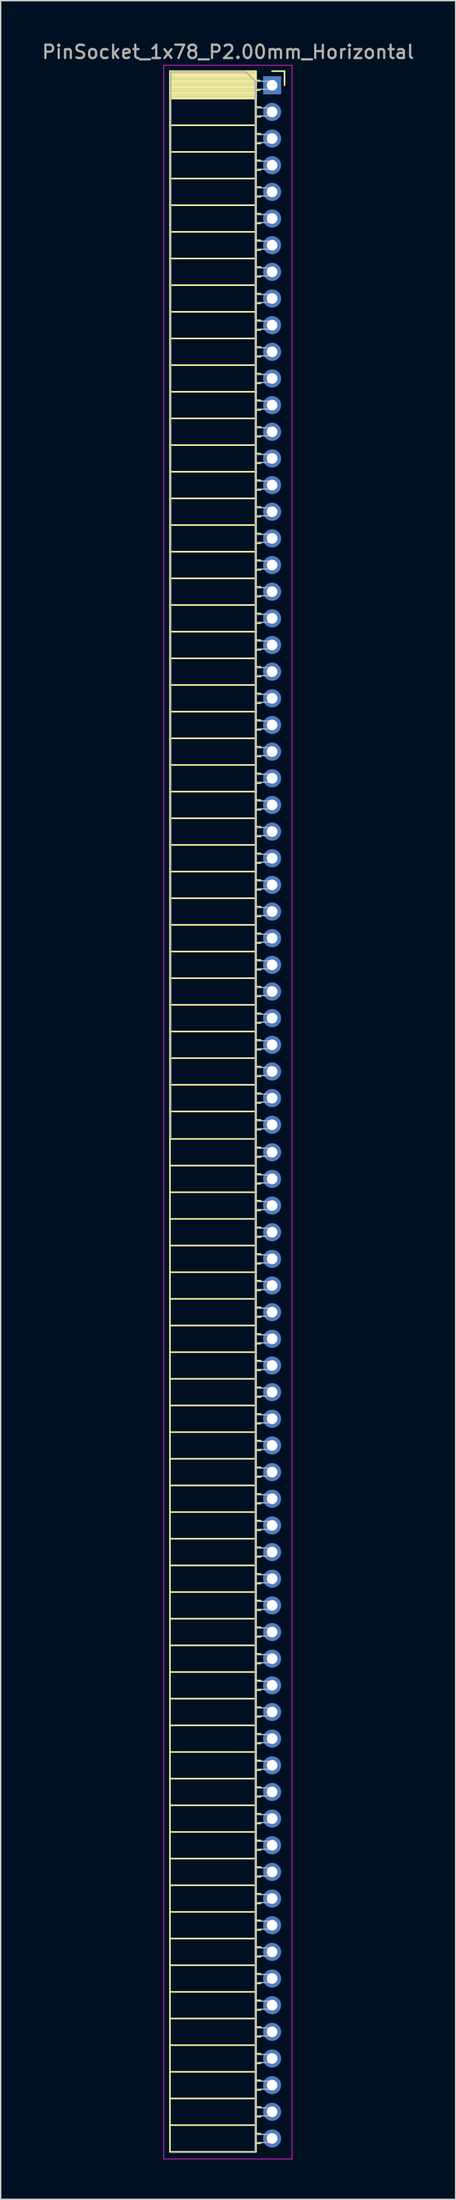
<source format=kicad_pcb>
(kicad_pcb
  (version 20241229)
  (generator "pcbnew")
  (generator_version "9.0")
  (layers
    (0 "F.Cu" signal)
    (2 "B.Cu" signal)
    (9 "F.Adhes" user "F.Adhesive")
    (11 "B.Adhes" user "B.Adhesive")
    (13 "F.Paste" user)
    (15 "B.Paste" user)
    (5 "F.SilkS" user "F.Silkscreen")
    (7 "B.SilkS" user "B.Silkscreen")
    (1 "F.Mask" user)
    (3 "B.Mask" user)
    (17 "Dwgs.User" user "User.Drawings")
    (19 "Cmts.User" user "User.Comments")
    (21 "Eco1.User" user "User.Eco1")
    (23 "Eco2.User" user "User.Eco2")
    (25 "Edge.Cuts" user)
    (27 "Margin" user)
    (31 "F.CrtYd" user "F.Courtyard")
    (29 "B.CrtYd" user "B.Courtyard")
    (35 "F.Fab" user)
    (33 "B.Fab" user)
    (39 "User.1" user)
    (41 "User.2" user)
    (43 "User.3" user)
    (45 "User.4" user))
  (footprint "PinSocket_1x78_P2.00mm_Horizontal"
    (layer "F.Cu")
    (at 17.411 3.348)
    (property "Reference" "PinSocket_1x78_P2.00mm_Horizontal" (at -3.31 -2.5 0) (layer "F.SilkS") (effects (font (size 1 1) (thickness 0.15))))
    (attr through_hole)
    (fp_line (start -7.68 -1.06) (end -7.68 155.06) (stroke (width 0.12) (type solid)) (layer "F.SilkS"))
    (fp_line (start -7.68 -1.06) (end -1.21 -1.06) (stroke (width 0.12) (type solid)) (layer "F.SilkS"))
    (fp_line (start -7.68 -0.94) (end -1.21 -0.94) (stroke (width 0.12) (type solid)) (layer "F.SilkS"))
    (fp_line (start -7.68 -0.826) (end -1.21 -0.826) (stroke (width 0.12) (type solid)) (layer "F.SilkS"))
    (fp_line (start -7.68 -0.712) (end -1.21 -0.712) (stroke (width 0.12) (type solid)) (layer "F.SilkS"))
    (fp_line (start -7.68 -0.598) (end -1.21 -0.598) (stroke (width 0.12) (type solid)) (layer "F.SilkS"))
    (fp_line (start -7.68 -0.484) (end -1.21 -0.484) (stroke (width 0.12) (type solid)) (layer "F.SilkS"))
    (fp_line (start -7.68 -0.369) (end -1.21 -0.369) (stroke (width 0.12) (type solid)) (layer "F.SilkS"))
    (fp_line (start -7.68 -0.255) (end -1.21 -0.255) (stroke (width 0.12) (type solid)) (layer "F.SilkS"))
    (fp_line (start -7.68 -0.141) (end -1.21 -0.141) (stroke (width 0.12) (type solid)) (layer "F.SilkS"))
    (fp_line (start -7.68 -0.027) (end -1.21 -0.027) (stroke (width 0.12) (type solid)) (layer "F.SilkS"))
    (fp_line (start -7.68 0.087) (end -1.21 0.087) (stroke (width 0.12) (type solid)) (layer "F.SilkS"))
    (fp_line (start -7.68 0.201) (end -1.21 0.201) (stroke (width 0.12) (type solid)) (layer "F.SilkS"))
    (fp_line (start -7.68 0.315) (end -1.21 0.315) (stroke (width 0.12) (type solid)) (layer "F.SilkS"))
    (fp_line (start -7.68 0.429) (end -1.21 0.429) (stroke (width 0.12) (type solid)) (layer "F.SilkS"))
    (fp_line (start -7.68 0.544) (end -1.21 0.544) (stroke (width 0.12) (type solid)) (layer "F.SilkS"))
    (fp_line (start -7.68 0.658) (end -1.21 0.658) (stroke (width 0.12) (type solid)) (layer "F.SilkS"))
    (fp_line (start -7.68 0.772) (end -1.21 0.772) (stroke (width 0.12) (type solid)) (layer "F.SilkS"))
    (fp_line (start -7.68 0.886) (end -1.21 0.886) (stroke (width 0.12) (type solid)) (layer "F.SilkS"))
    (fp_line (start -7.68 1) (end -1.21 1) (stroke (width 0.12) (type solid)) (layer "F.SilkS"))
    (fp_line (start -7.68 3) (end -1.21 3) (stroke (width 0.12) (type solid)) (layer "F.SilkS"))
    (fp_line (start -7.68 5) (end -1.21 5) (stroke (width 0.12) (type solid)) (layer "F.SilkS"))
    (fp_line (start -7.68 7) (end -1.21 7) (stroke (width 0.12) (type solid)) (layer "F.SilkS"))
    (fp_line (start -7.68 9) (end -1.21 9) (stroke (width 0.12) (type solid)) (layer "F.SilkS"))
    (fp_line (start -7.68 11) (end -1.21 11) (stroke (width 0.12) (type solid)) (layer "F.SilkS"))
    (fp_line (start -7.68 13) (end -1.21 13) (stroke (width 0.12) (type solid)) (layer "F.SilkS"))
    (fp_line (start -7.68 15) (end -1.21 15) (stroke (width 0.12) (type solid)) (layer "F.SilkS"))
    (fp_line (start -7.68 17) (end -1.21 17) (stroke (width 0.12) (type solid)) (layer "F.SilkS"))
    (fp_line (start -7.68 19) (end -1.21 19) (stroke (width 0.12) (type solid)) (layer "F.SilkS"))
    (fp_line (start -7.68 21) (end -1.21 21) (stroke (width 0.12) (type solid)) (layer "F.SilkS"))
    (fp_line (start -7.68 23) (end -1.21 23) (stroke (width 0.12) (type solid)) (layer "F.SilkS"))
    (fp_line (start -7.68 25) (end -1.21 25) (stroke (width 0.12) (type solid)) (layer "F.SilkS"))
    (fp_line (start -7.68 27) (end -1.21 27) (stroke (width 0.12) (type solid)) (layer "F.SilkS"))
    (fp_line (start -7.68 29) (end -1.21 29) (stroke (width 0.12) (type solid)) (layer "F.SilkS"))
    (fp_line (start -7.68 31) (end -1.21 31) (stroke (width 0.12) (type solid)) (layer "F.SilkS"))
    (fp_line (start -7.68 33) (end -1.21 33) (stroke (width 0.12) (type solid)) (layer "F.SilkS"))
    (fp_line (start -7.68 35) (end -1.21 35) (stroke (width 0.12) (type solid)) (layer "F.SilkS"))
    (fp_line (start -7.68 37) (end -1.21 37) (stroke (width 0.12) (type solid)) (layer "F.SilkS"))
    (fp_line (start -7.68 39) (end -1.21 39) (stroke (width 0.12) (type solid)) (layer "F.SilkS"))
    (fp_line (start -7.68 41) (end -1.21 41) (stroke (width 0.12) (type solid)) (layer "F.SilkS"))
    (fp_line (start -7.68 43) (end -1.21 43) (stroke (width 0.12) (type solid)) (layer "F.SilkS"))
    (fp_line (start -7.68 45) (end -1.21 45) (stroke (width 0.12) (type solid)) (layer "F.SilkS"))
    (fp_line (start -7.68 47) (end -1.21 47) (stroke (width 0.12) (type solid)) (layer "F.SilkS"))
    (fp_line (start -7.68 49) (end -1.21 49) (stroke (width 0.12) (type solid)) (layer "F.SilkS"))
    (fp_line (start -7.68 51) (end -1.21 51) (stroke (width 0.12) (type solid)) (layer "F.SilkS"))
    (fp_line (start -7.68 53) (end -1.21 53) (stroke (width 0.12) (type solid)) (layer "F.SilkS"))
    (fp_line (start -7.68 55) (end -1.21 55) (stroke (width 0.12) (type solid)) (layer "F.SilkS"))
    (fp_line (start -7.68 57) (end -1.21 57) (stroke (width 0.12) (type solid)) (layer "F.SilkS"))
    (fp_line (start -7.68 59) (end -1.21 59) (stroke (width 0.12) (type solid)) (layer "F.SilkS"))
    (fp_line (start -7.68 61) (end -1.21 61) (stroke (width 0.12) (type solid)) (layer "F.SilkS"))
    (fp_line (start -7.68 63) (end -1.21 63) (stroke (width 0.12) (type solid)) (layer "F.SilkS"))
    (fp_line (start -7.68 65) (end -1.21 65) (stroke (width 0.12) (type solid)) (layer "F.SilkS"))
    (fp_line (start -7.68 67) (end -1.21 67) (stroke (width 0.12) (type solid)) (layer "F.SilkS"))
    (fp_line (start -7.68 69) (end -1.21 69) (stroke (width 0.12) (type solid)) (layer "F.SilkS"))
    (fp_line (start -7.68 71) (end -1.21 71) (stroke (width 0.12) (type solid)) (layer "F.SilkS"))
    (fp_line (start -7.68 73) (end -1.21 73) (stroke (width 0.12) (type solid)) (layer "F.SilkS"))
    (fp_line (start -7.68 75) (end -1.21 75) (stroke (width 0.12) (type solid)) (layer "F.SilkS"))
    (fp_line (start -7.68 77) (end -1.21 77) (stroke (width 0.12) (type solid)) (layer "F.SilkS"))
    (fp_line (start -7.68 79.06) (end -1.21 79.06) (stroke (width 0.12) (type solid)) (layer "F.SilkS"))
    (fp_line (start -7.68 81.06) (end -1.21 81.06) (stroke (width 0.12) (type solid)) (layer "F.SilkS"))
    (fp_line (start -7.68 83.06) (end -1.21 83.06) (stroke (width 0.12) (type solid)) (layer "F.SilkS"))
    (fp_line (start -7.68 85.06) (end -1.21 85.06) (stroke (width 0.12) (type solid)) (layer "F.SilkS"))
    (fp_line (start -7.68 87.06) (end -1.21 87.06) (stroke (width 0.12) (type solid)) (layer "F.SilkS"))
    (fp_line (start -7.68 89.06) (end -1.21 89.06) (stroke (width 0.12) (type solid)) (layer "F.SilkS"))
    (fp_line (start -7.68 91.06) (end -1.21 91.06) (stroke (width 0.12) (type solid)) (layer "F.SilkS"))
    (fp_line (start -7.68 93.06) (end -1.21 93.06) (stroke (width 0.12) (type solid)) (layer "F.SilkS"))
    (fp_line (start -7.68 95.06) (end -1.21 95.06) (stroke (width 0.12) (type solid)) (layer "F.SilkS"))
    (fp_line (start -7.68 97.06) (end -1.21 97.06) (stroke (width 0.12) (type solid)) (layer "F.SilkS"))
    (fp_line (start -7.68 99.06) (end -1.21 99.06) (stroke (width 0.12) (type solid)) (layer "F.SilkS"))
    (fp_line (start -7.68 101.06) (end -1.21 101.06) (stroke (width 0.12) (type solid)) (layer "F.SilkS"))
    (fp_line (start -7.68 103.06) (end -1.21 103.06) (stroke (width 0.12) (type solid)) (layer "F.SilkS"))
    (fp_line (start -7.68 105.06) (end -1.21 105.06) (stroke (width 0.12) (type solid)) (layer "F.SilkS"))
    (fp_line (start -7.68 107.06) (end -1.21 107.06) (stroke (width 0.12) (type solid)) (layer "F.SilkS"))
    (fp_line (start -7.68 109.06) (end -1.21 109.06) (stroke (width 0.12) (type solid)) (layer "F.SilkS"))
    (fp_line (start -7.68 111.06) (end -1.21 111.06) (stroke (width 0.12) (type solid)) (layer "F.SilkS"))
    (fp_line (start -7.68 113.06) (end -1.21 113.06) (stroke (width 0.12) (type solid)) (layer "F.SilkS"))
    (fp_line (start -7.68 115.06) (end -1.21 115.06) (stroke (width 0.12) (type solid)) (layer "F.SilkS"))
    (fp_line (start -7.68 117.06) (end -1.21 117.06) (stroke (width 0.12) (type solid)) (layer "F.SilkS"))
    (fp_line (start -7.68 119.06) (end -1.21 119.06) (stroke (width 0.12) (type solid)) (layer "F.SilkS"))
    (fp_line (start -7.68 121.06) (end -1.21 121.06) (stroke (width 0.12) (type solid)) (layer "F.SilkS"))
    (fp_line (start -7.68 123.06) (end -1.21 123.06) (stroke (width 0.12) (type solid)) (layer "F.SilkS"))
    (fp_line (start -7.68 125.06) (end -1.21 125.06) (stroke (width 0.12) (type solid)) (layer "F.SilkS"))
    (fp_line (start -7.68 127.06) (end -1.21 127.06) (stroke (width 0.12) (type solid)) (layer "F.SilkS"))
    (fp_line (start -7.68 129.06) (end -1.21 129.06) (stroke (width 0.12) (type solid)) (layer "F.SilkS"))
    (fp_line (start -7.68 131.06) (end -1.21 131.06) (stroke (width 0.12) (type solid)) (layer "F.SilkS"))
    (fp_line (start -7.68 133.06) (end -1.21 133.06) (stroke (width 0.12) (type solid)) (layer "F.SilkS"))
    (fp_line (start -7.68 135.06) (end -1.21 135.06) (stroke (width 0.12) (type solid)) (layer "F.SilkS"))
    (fp_line (start -7.68 137.06) (end -1.21 137.06) (stroke (width 0.12) (type solid)) (layer "F.SilkS"))
    (fp_line (start -7.68 139.06) (end -1.21 139.06) (stroke (width 0.12) (type solid)) (layer "F.SilkS"))
    (fp_line (start -7.68 141.06) (end -1.21 141.06) (stroke (width 0.12) (type solid)) (layer "F.SilkS"))
    (fp_line (start -7.68 143.06) (end -1.21 143.06) (stroke (width 0.12) (type solid)) (layer "F.SilkS"))
    (fp_line (start -7.68 145.06) (end -1.21 145.06) (stroke (width 0.12) (type solid)) (layer "F.SilkS"))
    (fp_line (start -7.68 147.06) (end -1.21 147.06) (stroke (width 0.12) (type solid)) (layer "F.SilkS"))
    (fp_line (start -7.68 149.06) (end -1.21 149.06) (stroke (width 0.12) (type solid)) (layer "F.SilkS"))
    (fp_line (start -7.68 151.06) (end -1.21 151.06) (stroke (width 0.12) (type solid)) (layer "F.SilkS"))
    (fp_line (start -7.68 153.06) (end -1.21 153.06) (stroke (width 0.12) (type solid)) (layer "F.SilkS"))
    (fp_line (start -7.68 155.06) (end -1.21 155.06) (stroke (width 0.12) (type solid)) (layer "F.SilkS"))
    (fp_line (start -1.21 -1.06) (end -1.21 155.06) (stroke (width 0.12) (type solid)) (layer "F.SilkS"))
    (fp_line (start -1.21 -0.36) (end -0.935 -0.36) (stroke (width 0.12) (type solid)) (layer "F.SilkS"))
    (fp_line (start -1.21 0.36) (end -0.935 0.36) (stroke (width 0.12) (type solid)) (layer "F.SilkS"))
    (fp_line (start -1.21 1.64) (end -0.863 1.64) (stroke (width 0.12) (type solid)) (layer "F.SilkS"))
    (fp_line (start -1.21 2.36) (end -0.863 2.36) (stroke (width 0.12) (type solid)) (layer "F.SilkS"))
    (fp_line (start -1.21 3.64) (end -0.863 3.64) (stroke (width 0.12) (type solid)) (layer "F.SilkS"))
    (fp_line (start -1.21 4.36) (end -0.863 4.36) (stroke (width 0.12) (type solid)) (layer "F.SilkS"))
    (fp_line (start -1.21 5.64) (end -0.863 5.64) (stroke (width 0.12) (type solid)) (layer "F.SilkS"))
    (fp_line (start -1.21 6.36) (end -0.863 6.36) (stroke (width 0.12) (type solid)) (layer "F.SilkS"))
    (fp_line (start -1.21 7.64) (end -0.863 7.64) (stroke (width 0.12) (type solid)) (layer "F.SilkS"))
    (fp_line (start -1.21 8.36) (end -0.863 8.36) (stroke (width 0.12) (type solid)) (layer "F.SilkS"))
    (fp_line (start -1.21 9.64) (end -0.863 9.64) (stroke (width 0.12) (type solid)) (layer "F.SilkS"))
    (fp_line (start -1.21 10.36) (end -0.863 10.36) (stroke (width 0.12) (type solid)) (layer "F.SilkS"))
    (fp_line (start -1.21 11.64) (end -0.863 11.64) (stroke (width 0.12) (type solid)) (layer "F.SilkS"))
    (fp_line (start -1.21 12.36) (end -0.863 12.36) (stroke (width 0.12) (type solid)) (layer "F.SilkS"))
    (fp_line (start -1.21 13.64) (end -0.863 13.64) (stroke (width 0.12) (type solid)) (layer "F.SilkS"))
    (fp_line (start -1.21 14.36) (end -0.863 14.36) (stroke (width 0.12) (type solid)) (layer "F.SilkS"))
    (fp_line (start -1.21 15.64) (end -0.863 15.64) (stroke (width 0.12) (type solid)) (layer "F.SilkS"))
    (fp_line (start -1.21 16.36) (end -0.863 16.36) (stroke (width 0.12) (type solid)) (layer "F.SilkS"))
    (fp_line (start -1.21 17.64) (end -0.863 17.64) (stroke (width 0.12) (type solid)) (layer "F.SilkS"))
    (fp_line (start -1.21 18.36) (end -0.863 18.36) (stroke (width 0.12) (type solid)) (layer "F.SilkS"))
    (fp_line (start -1.21 19.64) (end -0.863 19.64) (stroke (width 0.12) (type solid)) (layer "F.SilkS"))
    (fp_line (start -1.21 20.36) (end -0.863 20.36) (stroke (width 0.12) (type solid)) (layer "F.SilkS"))
    (fp_line (start -1.21 21.64) (end -0.863 21.64) (stroke (width 0.12) (type solid)) (layer "F.SilkS"))
    (fp_line (start -1.21 22.36) (end -0.863 22.36) (stroke (width 0.12) (type solid)) (layer "F.SilkS"))
    (fp_line (start -1.21 23.64) (end -0.863 23.64) (stroke (width 0.12) (type solid)) (layer "F.SilkS"))
    (fp_line (start -1.21 24.36) (end -0.863 24.36) (stroke (width 0.12) (type solid)) (layer "F.SilkS"))
    (fp_line (start -1.21 25.64) (end -0.863 25.64) (stroke (width 0.12) (type solid)) (layer "F.SilkS"))
    (fp_line (start -1.21 26.36) (end -0.863 26.36) (stroke (width 0.12) (type solid)) (layer "F.SilkS"))
    (fp_line (start -1.21 27.64) (end -0.863 27.64) (stroke (width 0.12) (type solid)) (layer "F.SilkS"))
    (fp_line (start -1.21 28.36) (end -0.863 28.36) (stroke (width 0.12) (type solid)) (layer "F.SilkS"))
    (fp_line (start -1.21 29.64) (end -0.863 29.64) (stroke (width 0.12) (type solid)) (layer "F.SilkS"))
    (fp_line (start -1.21 30.36) (end -0.863 30.36) (stroke (width 0.12) (type solid)) (layer "F.SilkS"))
    (fp_line (start -1.21 31.64) (end -0.863 31.64) (stroke (width 0.12) (type solid)) (layer "F.SilkS"))
    (fp_line (start -1.21 32.36) (end -0.863 32.36) (stroke (width 0.12) (type solid)) (layer "F.SilkS"))
    (fp_line (start -1.21 33.64) (end -0.863 33.64) (stroke (width 0.12) (type solid)) (layer "F.SilkS"))
    (fp_line (start -1.21 34.36) (end -0.863 34.36) (stroke (width 0.12) (type solid)) (layer "F.SilkS"))
    (fp_line (start -1.21 35.64) (end -0.863 35.64) (stroke (width 0.12) (type solid)) (layer "F.SilkS"))
    (fp_line (start -1.21 36.36) (end -0.863 36.36) (stroke (width 0.12) (type solid)) (layer "F.SilkS"))
    (fp_line (start -1.21 37.64) (end -0.863 37.64) (stroke (width 0.12) (type solid)) (layer "F.SilkS"))
    (fp_line (start -1.21 38.36) (end -0.863 38.36) (stroke (width 0.12) (type solid)) (layer "F.SilkS"))
    (fp_line (start -1.21 39.64) (end -0.863 39.64) (stroke (width 0.12) (type solid)) (layer "F.SilkS"))
    (fp_line (start -1.21 40.36) (end -0.863 40.36) (stroke (width 0.12) (type solid)) (layer "F.SilkS"))
    (fp_line (start -1.21 41.64) (end -0.863 41.64) (stroke (width 0.12) (type solid)) (layer "F.SilkS"))
    (fp_line (start -1.21 42.36) (end -0.863 42.36) (stroke (width 0.12) (type solid)) (layer "F.SilkS"))
    (fp_line (start -1.21 43.64) (end -0.863 43.64) (stroke (width 0.12) (type solid)) (layer "F.SilkS"))
    (fp_line (start -1.21 44.36) (end -0.863 44.36) (stroke (width 0.12) (type solid)) (layer "F.SilkS"))
    (fp_line (start -1.21 45.64) (end -0.863 45.64) (stroke (width 0.12) (type solid)) (layer "F.SilkS"))
    (fp_line (start -1.21 46.36) (end -0.863 46.36) (stroke (width 0.12) (type solid)) (layer "F.SilkS"))
    (fp_line (start -1.21 47.64) (end -0.863 47.64) (stroke (width 0.12) (type solid)) (layer "F.SilkS"))
    (fp_line (start -1.21 48.36) (end -0.863 48.36) (stroke (width 0.12) (type solid)) (layer "F.SilkS"))
    (fp_line (start -1.21 49.64) (end -0.863 49.64) (stroke (width 0.12) (type solid)) (layer "F.SilkS"))
    (fp_line (start -1.21 50.36) (end -0.863 50.36) (stroke (width 0.12) (type solid)) (layer "F.SilkS"))
    (fp_line (start -1.21 51.64) (end -0.863 51.64) (stroke (width 0.12) (type solid)) (layer "F.SilkS"))
    (fp_line (start -1.21 52.36) (end -0.863 52.36) (stroke (width 0.12) (type solid)) (layer "F.SilkS"))
    (fp_line (start -1.21 53.64) (end -0.863 53.64) (stroke (width 0.12) (type solid)) (layer "F.SilkS"))
    (fp_line (start -1.21 54.36) (end -0.863 54.36) (stroke (width 0.12) (type solid)) (layer "F.SilkS"))
    (fp_line (start -1.21 55.64) (end -0.863 55.64) (stroke (width 0.12) (type solid)) (layer "F.SilkS"))
    (fp_line (start -1.21 56.36) (end -0.863 56.36) (stroke (width 0.12) (type solid)) (layer "F.SilkS"))
    (fp_line (start -1.21 57.64) (end -0.863 57.64) (stroke (width 0.12) (type solid)) (layer "F.SilkS"))
    (fp_line (start -1.21 58.36) (end -0.863 58.36) (stroke (width 0.12) (type solid)) (layer "F.SilkS"))
    (fp_line (start -1.21 59.64) (end -0.863 59.64) (stroke (width 0.12) (type solid)) (layer "F.SilkS"))
    (fp_line (start -1.21 60.36) (end -0.863 60.36) (stroke (width 0.12) (type solid)) (layer "F.SilkS"))
    (fp_line (start -1.21 61.64) (end -0.863 61.64) (stroke (width 0.12) (type solid)) (layer "F.SilkS"))
    (fp_line (start -1.21 62.36) (end -0.863 62.36) (stroke (width 0.12) (type solid)) (layer "F.SilkS"))
    (fp_line (start -1.21 63.64) (end -0.863 63.64) (stroke (width 0.12) (type solid)) (layer "F.SilkS"))
    (fp_line (start -1.21 64.36) (end -0.863 64.36) (stroke (width 0.12) (type solid)) (layer "F.SilkS"))
    (fp_line (start -1.21 65.64) (end -0.863 65.64) (stroke (width 0.12) (type solid)) (layer "F.SilkS"))
    (fp_line (start -1.21 66.36) (end -0.863 66.36) (stroke (width 0.12) (type solid)) (layer "F.SilkS"))
    (fp_line (start -1.21 67.64) (end -0.863 67.64) (stroke (width 0.12) (type solid)) (layer "F.SilkS"))
    (fp_line (start -1.21 68.36) (end -0.863 68.36) (stroke (width 0.12) (type solid)) (layer "F.SilkS"))
    (fp_line (start -1.21 69.64) (end -0.863 69.64) (stroke (width 0.12) (type solid)) (layer "F.SilkS"))
    (fp_line (start -1.21 70.36) (end -0.863 70.36) (stroke (width 0.12) (type solid)) (layer "F.SilkS"))
    (fp_line (start -1.21 71.64) (end -0.863 71.64) (stroke (width 0.12) (type solid)) (layer "F.SilkS"))
    (fp_line (start -1.21 72.36) (end -0.863 72.36) (stroke (width 0.12) (type solid)) (layer "F.SilkS"))
    (fp_line (start -1.21 73.64) (end -0.863 73.64) (stroke (width 0.12) (type solid)) (layer "F.SilkS"))
    (fp_line (start -1.21 74.36) (end -0.863 74.36) (stroke (width 0.12) (type solid)) (layer "F.SilkS"))
    (fp_line (start -1.21 75.64) (end -0.863 75.64) (stroke (width 0.12) (type solid)) (layer "F.SilkS"))
    (fp_line (start -1.21 76.36) (end -0.863 76.36) (stroke (width 0.12) (type solid)) (layer "F.SilkS"))
    (fp_line (start -1.21 77.64) (end -0.863 77.64) (stroke (width 0.12) (type solid)) (layer "F.SilkS"))
    (fp_line (start -1.21 78.36) (end -0.863 78.36) (stroke (width 0.12) (type solid)) (layer "F.SilkS"))
    (fp_line (start -1.21 79.7) (end -0.863 79.7) (stroke (width 0.12) (type solid)) (layer "F.SilkS"))
    (fp_line (start -1.21 80.42) (end -0.863 80.42) (stroke (width 0.12) (type solid)) (layer "F.SilkS"))
    (fp_line (start -1.21 81.7) (end -0.863 81.7) (stroke (width 0.12) (type solid)) (layer "F.SilkS"))
    (fp_line (start -1.21 82.42) (end -0.863 82.42) (stroke (width 0.12) (type solid)) (layer "F.SilkS"))
    (fp_line (start -1.21 83.7) (end -0.863 83.7) (stroke (width 0.12) (type solid)) (layer "F.SilkS"))
    (fp_line (start -1.21 84.42) (end -0.863 84.42) (stroke (width 0.12) (type solid)) (layer "F.SilkS"))
    (fp_line (start -1.21 85.7) (end -0.863 85.7) (stroke (width 0.12) (type solid)) (layer "F.SilkS"))
    (fp_line (start -1.21 86.42) (end -0.863 86.42) (stroke (width 0.12) (type solid)) (layer "F.SilkS"))
    (fp_line (start -1.21 87.7) (end -0.863 87.7) (stroke (width 0.12) (type solid)) (layer "F.SilkS"))
    (fp_line (start -1.21 88.42) (end -0.863 88.42) (stroke (width 0.12) (type solid)) (layer "F.SilkS"))
    (fp_line (start -1.21 89.7) (end -0.863 89.7) (stroke (width 0.12) (type solid)) (layer "F.SilkS"))
    (fp_line (start -1.21 90.42) (end -0.863 90.42) (stroke (width 0.12) (type solid)) (layer "F.SilkS"))
    (fp_line (start -1.21 91.7) (end -0.863 91.7) (stroke (width 0.12) (type solid)) (layer "F.SilkS"))
    (fp_line (start -1.21 92.42) (end -0.863 92.42) (stroke (width 0.12) (type solid)) (layer "F.SilkS"))
    (fp_line (start -1.21 93.7) (end -0.863 93.7) (stroke (width 0.12) (type solid)) (layer "F.SilkS"))
    (fp_line (start -1.21 94.42) (end -0.863 94.42) (stroke (width 0.12) (type solid)) (layer "F.SilkS"))
    (fp_line (start -1.21 95.7) (end -0.863 95.7) (stroke (width 0.12) (type solid)) (layer "F.SilkS"))
    (fp_line (start -1.21 96.42) (end -0.863 96.42) (stroke (width 0.12) (type solid)) (layer "F.SilkS"))
    (fp_line (start -1.21 97.7) (end -0.863 97.7) (stroke (width 0.12) (type solid)) (layer "F.SilkS"))
    (fp_line (start -1.21 98.42) (end -0.863 98.42) (stroke (width 0.12) (type solid)) (layer "F.SilkS"))
    (fp_line (start -1.21 99.7) (end -0.863 99.7) (stroke (width 0.12) (type solid)) (layer "F.SilkS"))
    (fp_line (start -1.21 100.42) (end -0.863 100.42) (stroke (width 0.12) (type solid)) (layer "F.SilkS"))
    (fp_line (start -1.21 101.7) (end -0.863 101.7) (stroke (width 0.12) (type solid)) (layer "F.SilkS"))
    (fp_line (start -1.21 102.42) (end -0.863 102.42) (stroke (width 0.12) (type solid)) (layer "F.SilkS"))
    (fp_line (start -1.21 103.7) (end -0.863 103.7) (stroke (width 0.12) (type solid)) (layer "F.SilkS"))
    (fp_line (start -1.21 104.42) (end -0.863 104.42) (stroke (width 0.12) (type solid)) (layer "F.SilkS"))
    (fp_line (start -1.21 105.7) (end -0.863 105.7) (stroke (width 0.12) (type solid)) (layer "F.SilkS"))
    (fp_line (start -1.21 106.42) (end -0.863 106.42) (stroke (width 0.12) (type solid)) (layer "F.SilkS"))
    (fp_line (start -1.21 107.7) (end -0.863 107.7) (stroke (width 0.12) (type solid)) (layer "F.SilkS"))
    (fp_line (start -1.21 108.42) (end -0.863 108.42) (stroke (width 0.12) (type solid)) (layer "F.SilkS"))
    (fp_line (start -1.21 109.7) (end -0.863 109.7) (stroke (width 0.12) (type solid)) (layer "F.SilkS"))
    (fp_line (start -1.21 110.42) (end -0.863 110.42) (stroke (width 0.12) (type solid)) (layer "F.SilkS"))
    (fp_line (start -1.21 111.7) (end -0.863 111.7) (stroke (width 0.12) (type solid)) (layer "F.SilkS"))
    (fp_line (start -1.21 112.42) (end -0.863 112.42) (stroke (width 0.12) (type solid)) (layer "F.SilkS"))
    (fp_line (start -1.21 113.7) (end -0.863 113.7) (stroke (width 0.12) (type solid)) (layer "F.SilkS"))
    (fp_line (start -1.21 114.42) (end -0.863 114.42) (stroke (width 0.12) (type solid)) (layer "F.SilkS"))
    (fp_line (start -1.21 115.7) (end -0.863 115.7) (stroke (width 0.12) (type solid)) (layer "F.SilkS"))
    (fp_line (start -1.21 116.42) (end -0.863 116.42) (stroke (width 0.12) (type solid)) (layer "F.SilkS"))
    (fp_line (start -1.21 117.7) (end -0.863 117.7) (stroke (width 0.12) (type solid)) (layer "F.SilkS"))
    (fp_line (start -1.21 118.42) (end -0.863 118.42) (stroke (width 0.12) (type solid)) (layer "F.SilkS"))
    (fp_line (start -1.21 119.7) (end -0.863 119.7) (stroke (width 0.12) (type solid)) (layer "F.SilkS"))
    (fp_line (start -1.21 120.42) (end -0.863 120.42) (stroke (width 0.12) (type solid)) (layer "F.SilkS"))
    (fp_line (start -1.21 121.7) (end -0.863 121.7) (stroke (width 0.12) (type solid)) (layer "F.SilkS"))
    (fp_line (start -1.21 122.42) (end -0.863 122.42) (stroke (width 0.12) (type solid)) (layer "F.SilkS"))
    (fp_line (start -1.21 123.7) (end -0.863 123.7) (stroke (width 0.12) (type solid)) (layer "F.SilkS"))
    (fp_line (start -1.21 124.42) (end -0.863 124.42) (stroke (width 0.12) (type solid)) (layer "F.SilkS"))
    (fp_line (start -1.21 125.7) (end -0.863 125.7) (stroke (width 0.12) (type solid)) (layer "F.SilkS"))
    (fp_line (start -1.21 126.42) (end -0.863 126.42) (stroke (width 0.12) (type solid)) (layer "F.SilkS"))
    (fp_line (start -1.21 127.7) (end -0.863 127.7) (stroke (width 0.12) (type solid)) (layer "F.SilkS"))
    (fp_line (start -1.21 128.42) (end -0.863 128.42) (stroke (width 0.12) (type solid)) (layer "F.SilkS"))
    (fp_line (start -1.21 129.7) (end -0.863 129.7) (stroke (width 0.12) (type solid)) (layer "F.SilkS"))
    (fp_line (start -1.21 130.42) (end -0.863 130.42) (stroke (width 0.12) (type solid)) (layer "F.SilkS"))
    (fp_line (start -1.21 131.7) (end -0.863 131.7) (stroke (width 0.12) (type solid)) (layer "F.SilkS"))
    (fp_line (start -1.21 132.42) (end -0.863 132.42) (stroke (width 0.12) (type solid)) (layer "F.SilkS"))
    (fp_line (start -1.21 133.7) (end -0.863 133.7) (stroke (width 0.12) (type solid)) (layer "F.SilkS"))
    (fp_line (start -1.21 134.42) (end -0.863 134.42) (stroke (width 0.12) (type solid)) (layer "F.SilkS"))
    (fp_line (start -1.21 135.7) (end -0.863 135.7) (stroke (width 0.12) (type solid)) (layer "F.SilkS"))
    (fp_line (start -1.21 136.42) (end -0.863 136.42) (stroke (width 0.12) (type solid)) (layer "F.SilkS"))
    (fp_line (start -1.21 137.7) (end -0.863 137.7) (stroke (width 0.12) (type solid)) (layer "F.SilkS"))
    (fp_line (start -1.21 138.42) (end -0.863 138.42) (stroke (width 0.12) (type solid)) (layer "F.SilkS"))
    (fp_line (start -1.21 139.7) (end -0.863 139.7) (stroke (width 0.12) (type solid)) (layer "F.SilkS"))
    (fp_line (start -1.21 140.42) (end -0.863 140.42) (stroke (width 0.12) (type solid)) (layer "F.SilkS"))
    (fp_line (start -1.21 141.7) (end -0.863 141.7) (stroke (width 0.12) (type solid)) (layer "F.SilkS"))
    (fp_line (start -1.21 142.42) (end -0.863 142.42) (stroke (width 0.12) (type solid)) (layer "F.SilkS"))
    (fp_line (start -1.21 143.7) (end -0.863 143.7) (stroke (width 0.12) (type solid)) (layer "F.SilkS"))
    (fp_line (start -1.21 144.42) (end -0.863 144.42) (stroke (width 0.12) (type solid)) (layer "F.SilkS"))
    (fp_line (start -1.21 145.7) (end -0.863 145.7) (stroke (width 0.12) (type solid)) (layer "F.SilkS"))
    (fp_line (start -1.21 146.42) (end -0.863 146.42) (stroke (width 0.12) (type solid)) (layer "F.SilkS"))
    (fp_line (start -1.21 147.7) (end -0.863 147.7) (stroke (width 0.12) (type solid)) (layer "F.SilkS"))
    (fp_line (start -1.21 148.42) (end -0.863 148.42) (stroke (width 0.12) (type solid)) (layer "F.SilkS"))
    (fp_line (start -1.21 149.7) (end -0.863 149.7) (stroke (width 0.12) (type solid)) (layer "F.SilkS"))
    (fp_line (start -1.21 150.42) (end -0.863 150.42) (stroke (width 0.12) (type solid)) (layer "F.SilkS"))
    (fp_line (start -1.21 151.7) (end -0.863 151.7) (stroke (width 0.12) (type solid)) (layer "F.SilkS"))
    (fp_line (start -1.21 152.42) (end -0.863 152.42) (stroke (width 0.12) (type solid)) (layer "F.SilkS"))
    (fp_line (start -1.21 153.7) (end -0.863 153.7) (stroke (width 0.12) (type solid)) (layer "F.SilkS"))
    (fp_line (start -1.21 154.42) (end -0.863 154.42) (stroke (width 0.12) (type solid)) (layer "F.SilkS"))
    (fp_line (start 0 -1.06) (end 0.935 -1.06) (stroke (width 0.12) (type solid)) (layer "F.SilkS"))
    (fp_line (start 0.935 -1.06) (end 0.935 0) (stroke (width 0.12) (type solid)) (layer "F.SilkS"))
    (fp_line (start -8.15 -1.5) (end -8.15 155.6) (stroke (width 0.05) (type solid)) (layer "F.CrtYd"))
    (fp_line (start -8.15 155.6) (end 1.5 155.6) (stroke (width 0.05) (type solid)) (layer "F.CrtYd"))
    (fp_line (start 1.5 -1.5) (end -8.15 -1.5) (stroke (width 0.05) (type solid)) (layer "F.CrtYd"))
    (fp_line (start 1.5 155.6) (end 1.5 -1.5) (stroke (width 0.05) (type solid)) (layer "F.CrtYd"))
    (fp_line (start -7.62 -1) (end -1.97 -1) (stroke (width 0.1) (type solid)) (layer "F.Fab"))
    (fp_line (start -7.62 79) (end -7.62 -1) (stroke (width 0.1) (type solid)) (layer "F.Fab"))
    (fp_line (start -1.97 -1) (end -1.27 -0.3) (stroke (width 0.1) (type solid)) (layer "F.Fab"))
    (fp_line (start -1.27 -0.3) (end -1.27 155.1) (stroke (width 0.1) (type solid)) (layer "F.Fab"))
    (fp_line (start -1.27 0.3) (end 0 0.3) (stroke (width 0.1) (type solid)) (layer "F.Fab"))
    (fp_line (start -1.27 2.3) (end 0 2.3) (stroke (width 0.1) (type solid)) (layer "F.Fab"))
    (fp_line (start -1.27 4.3) (end 0 4.3) (stroke (width 0.1) (type solid)) (layer "F.Fab"))
    (fp_line (start -1.27 6.3) (end 0 6.3) (stroke (width 0.1) (type solid)) (layer "F.Fab"))
    (fp_line (start -1.27 8.3) (end 0 8.3) (stroke (width 0.1) (type solid)) (layer "F.Fab"))
    (fp_line (start -1.27 10.3) (end 0 10.3) (stroke (width 0.1) (type solid)) (layer "F.Fab"))
    (fp_line (start -1.27 12.3) (end 0 12.3) (stroke (width 0.1) (type solid)) (layer "F.Fab"))
    (fp_line (start -1.27 14.3) (end 0 14.3) (stroke (width 0.1) (type solid)) (layer "F.Fab"))
    (fp_line (start -1.27 16.3) (end 0 16.3) (stroke (width 0.1) (type solid)) (layer "F.Fab"))
    (fp_line (start -1.27 18.3) (end 0 18.3) (stroke (width 0.1) (type solid)) (layer "F.Fab"))
    (fp_line (start -1.27 20.3) (end 0 20.3) (stroke (width 0.1) (type solid)) (layer "F.Fab"))
    (fp_line (start -1.27 22.3) (end 0 22.3) (stroke (width 0.1) (type solid)) (layer "F.Fab"))
    (fp_line (start -1.27 24.3) (end 0 24.3) (stroke (width 0.1) (type solid)) (layer "F.Fab"))
    (fp_line (start -1.27 26.3) (end 0 26.3) (stroke (width 0.1) (type solid)) (layer "F.Fab"))
    (fp_line (start -1.27 28.3) (end 0 28.3) (stroke (width 0.1) (type solid)) (layer "F.Fab"))
    (fp_line (start -1.27 30.3) (end 0 30.3) (stroke (width 0.1) (type solid)) (layer "F.Fab"))
    (fp_line (start -1.27 32.3) (end 0 32.3) (stroke (width 0.1) (type solid)) (layer "F.Fab"))
    (fp_line (start -1.27 34.3) (end 0 34.3) (stroke (width 0.1) (type solid)) (layer "F.Fab"))
    (fp_line (start -1.27 36.3) (end 0 36.3) (stroke (width 0.1) (type solid)) (layer "F.Fab"))
    (fp_line (start -1.27 38.3) (end 0 38.3) (stroke (width 0.1) (type solid)) (layer "F.Fab"))
    (fp_line (start -1.27 40.3) (end 0 40.3) (stroke (width 0.1) (type solid)) (layer "F.Fab"))
    (fp_line (start -1.27 42.3) (end 0 42.3) (stroke (width 0.1) (type solid)) (layer "F.Fab"))
    (fp_line (start -1.27 44.3) (end 0 44.3) (stroke (width 0.1) (type solid)) (layer "F.Fab"))
    (fp_line (start -1.27 46.3) (end 0 46.3) (stroke (width 0.1) (type solid)) (layer "F.Fab"))
    (fp_line (start -1.27 48.3) (end 0 48.3) (stroke (width 0.1) (type solid)) (layer "F.Fab"))
    (fp_line (start -1.27 50.3) (end 0 50.3) (stroke (width 0.1) (type solid)) (layer "F.Fab"))
    (fp_line (start -1.27 52.3) (end 0 52.3) (stroke (width 0.1) (type solid)) (layer "F.Fab"))
    (fp_line (start -1.27 54.3) (end 0 54.3) (stroke (width 0.1) (type solid)) (layer "F.Fab"))
    (fp_line (start -1.27 56.3) (end 0 56.3) (stroke (width 0.1) (type solid)) (layer "F.Fab"))
    (fp_line (start -1.27 58.3) (end 0 58.3) (stroke (width 0.1) (type solid)) (layer "F.Fab"))
    (fp_line (start -1.27 60.3) (end 0 60.3) (stroke (width 0.1) (type solid)) (layer "F.Fab"))
    (fp_line (start -1.27 62.3) (end 0 62.3) (stroke (width 0.1) (type solid)) (layer "F.Fab"))
    (fp_line (start -1.27 64.3) (end 0 64.3) (stroke (width 0.1) (type solid)) (layer "F.Fab"))
    (fp_line (start -1.27 66.3) (end 0 66.3) (stroke (width 0.1) (type solid)) (layer "F.Fab"))
    (fp_line (start -1.27 68.3) (end 0 68.3) (stroke (width 0.1) (type solid)) (layer "F.Fab"))
    (fp_line (start -1.27 70.3) (end 0 70.3) (stroke (width 0.1) (type solid)) (layer "F.Fab"))
    (fp_line (start -1.27 72.3) (end 0 72.3) (stroke (width 0.1) (type solid)) (layer "F.Fab"))
    (fp_line (start -1.27 74.3) (end 0 74.3) (stroke (width 0.1) (type solid)) (layer "F.Fab"))
    (fp_line (start -1.27 76.3) (end 0 76.3) (stroke (width 0.1) (type solid)) (layer "F.Fab"))
    (fp_line (start -1.27 78.3) (end 0 78.3) (stroke (width 0.1) (type solid)) (layer "F.Fab"))
    (fp_line (start -1.27 80.36) (end 0 80.36) (stroke (width 0.1) (type solid)) (layer "F.Fab"))
    (fp_line (start -1.27 82.36) (end 0 82.36) (stroke (width 0.1) (type solid)) (layer "F.Fab"))
    (fp_line (start -1.27 84.36) (end 0 84.36) (stroke (width 0.1) (type solid)) (layer "F.Fab"))
    (fp_line (start -1.27 86.36) (end 0 86.36) (stroke (width 0.1) (type solid)) (layer "F.Fab"))
    (fp_line (start -1.27 88.36) (end 0 88.36) (stroke (width 0.1) (type solid)) (layer "F.Fab"))
    (fp_line (start -1.27 90.36) (end 0 90.36) (stroke (width 0.1) (type solid)) (layer "F.Fab"))
    (fp_line (start -1.27 92.36) (end 0 92.36) (stroke (width 0.1) (type solid)) (layer "F.Fab"))
    (fp_line (start -1.27 94.36) (end 0 94.36) (stroke (width 0.1) (type solid)) (layer "F.Fab"))
    (fp_line (start -1.27 96.36) (end 0 96.36) (stroke (width 0.1) (type solid)) (layer "F.Fab"))
    (fp_line (start -1.27 98.36) (end 0 98.36) (stroke (width 0.1) (type solid)) (layer "F.Fab"))
    (fp_line (start -1.27 100.36) (end 0 100.36) (stroke (width 0.1) (type solid)) (layer "F.Fab"))
    (fp_line (start -1.27 102.36) (end 0 102.36) (stroke (width 0.1) (type solid)) (layer "F.Fab"))
    (fp_line (start -1.27 104.36) (end 0 104.36) (stroke (width 0.1) (type solid)) (layer "F.Fab"))
    (fp_line (start -1.27 106.36) (end 0 106.36) (stroke (width 0.1) (type solid)) (layer "F.Fab"))
    (fp_line (start -1.27 108.36) (end 0 108.36) (stroke (width 0.1) (type solid)) (layer "F.Fab"))
    (fp_line (start -1.27 110.36) (end 0 110.36) (stroke (width 0.1) (type solid)) (layer "F.Fab"))
    (fp_line (start -1.27 112.36) (end 0 112.36) (stroke (width 0.1) (type solid)) (layer "F.Fab"))
    (fp_line (start -1.27 114.36) (end 0 114.36) (stroke (width 0.1) (type solid)) (layer "F.Fab"))
    (fp_line (start -1.27 116.36) (end 0 116.36) (stroke (width 0.1) (type solid)) (layer "F.Fab"))
    (fp_line (start -1.27 118.36) (end 0 118.36) (stroke (width 0.1) (type solid)) (layer "F.Fab"))
    (fp_line (start -1.27 120.36) (end 0 120.36) (stroke (width 0.1) (type solid)) (layer "F.Fab"))
    (fp_line (start -1.27 122.36) (end 0 122.36) (stroke (width 0.1) (type solid)) (layer "F.Fab"))
    (fp_line (start -1.27 124.36) (end 0 124.36) (stroke (width 0.1) (type solid)) (layer "F.Fab"))
    (fp_line (start -1.27 126.36) (end 0 126.36) (stroke (width 0.1) (type solid)) (layer "F.Fab"))
    (fp_line (start -1.27 128.36) (end 0 128.36) (stroke (width 0.1) (type solid)) (layer "F.Fab"))
    (fp_line (start -1.27 130.36) (end 0 130.36) (stroke (width 0.1) (type solid)) (layer "F.Fab"))
    (fp_line (start -1.27 132.36) (end 0 132.36) (stroke (width 0.1) (type solid)) (layer "F.Fab"))
    (fp_line (start -1.27 134.36) (end 0 134.36) (stroke (width 0.1) (type solid)) (layer "F.Fab"))
    (fp_line (start -1.27 136.36) (end 0 136.36) (stroke (width 0.1) (type solid)) (layer "F.Fab"))
    (fp_line (start -1.27 138.36) (end 0 138.36) (stroke (width 0.1) (type solid)) (layer "F.Fab"))
    (fp_line (start -1.27 140.36) (end 0 140.36) (stroke (width 0.1) (type solid)) (layer "F.Fab"))
    (fp_line (start -1.27 142.36) (end 0 142.36) (stroke (width 0.1) (type solid)) (layer "F.Fab"))
    (fp_line (start -1.27 144.36) (end 0 144.36) (stroke (width 0.1) (type solid)) (layer "F.Fab"))
    (fp_line (start -1.27 146.36) (end 0 146.36) (stroke (width 0.1) (type solid)) (layer "F.Fab"))
    (fp_line (start -1.27 148.36) (end 0 148.36) (stroke (width 0.1) (type solid)) (layer "F.Fab"))
    (fp_line (start -1.27 150.36) (end 0 150.36) (stroke (width 0.1) (type solid)) (layer "F.Fab"))
    (fp_line (start -1.27 152.36) (end 0 152.36) (stroke (width 0.1) (type solid)) (layer "F.Fab"))
    (fp_line (start -1.27 154.36) (end 0 154.36) (stroke (width 0.1) (type solid)) (layer "F.Fab"))
    (fp_line (start -1.27 155.1) (end -7.62 155.1) (stroke (width 0.1) (type solid)) (layer "F.Fab"))
    (fp_line (start 0 -0.3) (end -1.27 -0.3) (stroke (width 0.1) (type solid)) (layer "F.Fab"))
    (fp_line (start 0 0.3) (end 0 -0.3) (stroke (width 0.1) (type solid)) (layer "F.Fab"))
    (fp_line (start 0 1.7) (end -1.27 1.7) (stroke (width 0.1) (type solid)) (layer "F.Fab"))
    (fp_line (start 0 2.3) (end 0 1.7) (stroke (width 0.1) (type solid)) (layer "F.Fab"))
    (fp_line (start 0 3.7) (end -1.27 3.7) (stroke (width 0.1) (type solid)) (layer "F.Fab"))
    (fp_line (start 0 4.3) (end 0 3.7) (stroke (width 0.1) (type solid)) (layer "F.Fab"))
    (fp_line (start 0 5.7) (end -1.27 5.7) (stroke (width 0.1) (type solid)) (layer "F.Fab"))
    (fp_line (start 0 6.3) (end 0 5.7) (stroke (width 0.1) (type solid)) (layer "F.Fab"))
    (fp_line (start 0 7.7) (end -1.27 7.7) (stroke (width 0.1) (type solid)) (layer "F.Fab"))
    (fp_line (start 0 8.3) (end 0 7.7) (stroke (width 0.1) (type solid)) (layer "F.Fab"))
    (fp_line (start 0 9.7) (end -1.27 9.7) (stroke (width 0.1) (type solid)) (layer "F.Fab"))
    (fp_line (start 0 10.3) (end 0 9.7) (stroke (width 0.1) (type solid)) (layer "F.Fab"))
    (fp_line (start 0 11.7) (end -1.27 11.7) (stroke (width 0.1) (type solid)) (layer "F.Fab"))
    (fp_line (start 0 12.3) (end 0 11.7) (stroke (width 0.1) (type solid)) (layer "F.Fab"))
    (fp_line (start 0 13.7) (end -1.27 13.7) (stroke (width 0.1) (type solid)) (layer "F.Fab"))
    (fp_line (start 0 14.3) (end 0 13.7) (stroke (width 0.1) (type solid)) (layer "F.Fab"))
    (fp_line (start 0 15.7) (end -1.27 15.7) (stroke (width 0.1) (type solid)) (layer "F.Fab"))
    (fp_line (start 0 16.3) (end 0 15.7) (stroke (width 0.1) (type solid)) (layer "F.Fab"))
    (fp_line (start 0 17.7) (end -1.27 17.7) (stroke (width 0.1) (type solid)) (layer "F.Fab"))
    (fp_line (start 0 18.3) (end 0 17.7) (stroke (width 0.1) (type solid)) (layer "F.Fab"))
    (fp_line (start 0 19.7) (end -1.27 19.7) (stroke (width 0.1) (type solid)) (layer "F.Fab"))
    (fp_line (start 0 20.3) (end 0 19.7) (stroke (width 0.1) (type solid)) (layer "F.Fab"))
    (fp_line (start 0 21.7) (end -1.27 21.7) (stroke (width 0.1) (type solid)) (layer "F.Fab"))
    (fp_line (start 0 22.3) (end 0 21.7) (stroke (width 0.1) (type solid)) (layer "F.Fab"))
    (fp_line (start 0 23.7) (end -1.27 23.7) (stroke (width 0.1) (type solid)) (layer "F.Fab"))
    (fp_line (start 0 24.3) (end 0 23.7) (stroke (width 0.1) (type solid)) (layer "F.Fab"))
    (fp_line (start 0 25.7) (end -1.27 25.7) (stroke (width 0.1) (type solid)) (layer "F.Fab"))
    (fp_line (start 0 26.3) (end 0 25.7) (stroke (width 0.1) (type solid)) (layer "F.Fab"))
    (fp_line (start 0 27.7) (end -1.27 27.7) (stroke (width 0.1) (type solid)) (layer "F.Fab"))
    (fp_line (start 0 28.3) (end 0 27.7) (stroke (width 0.1) (type solid)) (layer "F.Fab"))
    (fp_line (start 0 29.7) (end -1.27 29.7) (stroke (width 0.1) (type solid)) (layer "F.Fab"))
    (fp_line (start 0 30.3) (end 0 29.7) (stroke (width 0.1) (type solid)) (layer "F.Fab"))
    (fp_line (start 0 31.7) (end -1.27 31.7) (stroke (width 0.1) (type solid)) (layer "F.Fab"))
    (fp_line (start 0 32.3) (end 0 31.7) (stroke (width 0.1) (type solid)) (layer "F.Fab"))
    (fp_line (start 0 33.7) (end -1.27 33.7) (stroke (width 0.1) (type solid)) (layer "F.Fab"))
    (fp_line (start 0 34.3) (end 0 33.7) (stroke (width 0.1) (type solid)) (layer "F.Fab"))
    (fp_line (start 0 35.7) (end -1.27 35.7) (stroke (width 0.1) (type solid)) (layer "F.Fab"))
    (fp_line (start 0 36.3) (end 0 35.7) (stroke (width 0.1) (type solid)) (layer "F.Fab"))
    (fp_line (start 0 37.7) (end -1.27 37.7) (stroke (width 0.1) (type solid)) (layer "F.Fab"))
    (fp_line (start 0 38.3) (end 0 37.7) (stroke (width 0.1) (type solid)) (layer "F.Fab"))
    (fp_line (start 0 39.7) (end -1.27 39.7) (stroke (width 0.1) (type solid)) (layer "F.Fab"))
    (fp_line (start 0 40.3) (end 0 39.7) (stroke (width 0.1) (type solid)) (layer "F.Fab"))
    (fp_line (start 0 41.7) (end -1.27 41.7) (stroke (width 0.1) (type solid)) (layer "F.Fab"))
    (fp_line (start 0 42.3) (end 0 41.7) (stroke (width 0.1) (type solid)) (layer "F.Fab"))
    (fp_line (start 0 43.7) (end -1.27 43.7) (stroke (width 0.1) (type solid)) (layer "F.Fab"))
    (fp_line (start 0 44.3) (end 0 43.7) (stroke (width 0.1) (type solid)) (layer "F.Fab"))
    (fp_line (start 0 45.7) (end -1.27 45.7) (stroke (width 0.1) (type solid)) (layer "F.Fab"))
    (fp_line (start 0 46.3) (end 0 45.7) (stroke (width 0.1) (type solid)) (layer "F.Fab"))
    (fp_line (start 0 47.7) (end -1.27 47.7) (stroke (width 0.1) (type solid)) (layer "F.Fab"))
    (fp_line (start 0 48.3) (end 0 47.7) (stroke (width 0.1) (type solid)) (layer "F.Fab"))
    (fp_line (start 0 49.7) (end -1.27 49.7) (stroke (width 0.1) (type solid)) (layer "F.Fab"))
    (fp_line (start 0 50.3) (end 0 49.7) (stroke (width 0.1) (type solid)) (layer "F.Fab"))
    (fp_line (start 0 51.7) (end -1.27 51.7) (stroke (width 0.1) (type solid)) (layer "F.Fab"))
    (fp_line (start 0 52.3) (end 0 51.7) (stroke (width 0.1) (type solid)) (layer "F.Fab"))
    (fp_line (start 0 53.7) (end -1.27 53.7) (stroke (width 0.1) (type solid)) (layer "F.Fab"))
    (fp_line (start 0 54.3) (end 0 53.7) (stroke (width 0.1) (type solid)) (layer "F.Fab"))
    (fp_line (start 0 55.7) (end -1.27 55.7) (stroke (width 0.1) (type solid)) (layer "F.Fab"))
    (fp_line (start 0 56.3) (end 0 55.7) (stroke (width 0.1) (type solid)) (layer "F.Fab"))
    (fp_line (start 0 57.7) (end -1.27 57.7) (stroke (width 0.1) (type solid)) (layer "F.Fab"))
    (fp_line (start 0 58.3) (end 0 57.7) (stroke (width 0.1) (type solid)) (layer "F.Fab"))
    (fp_line (start 0 59.7) (end -1.27 59.7) (stroke (width 0.1) (type solid)) (layer "F.Fab"))
    (fp_line (start 0 60.3) (end 0 59.7) (stroke (width 0.1) (type solid)) (layer "F.Fab"))
    (fp_line (start 0 61.7) (end -1.27 61.7) (stroke (width 0.1) (type solid)) (layer "F.Fab"))
    (fp_line (start 0 62.3) (end 0 61.7) (stroke (width 0.1) (type solid)) (layer "F.Fab"))
    (fp_line (start 0 63.7) (end -1.27 63.7) (stroke (width 0.1) (type solid)) (layer "F.Fab"))
    (fp_line (start 0 64.3) (end 0 63.7) (stroke (width 0.1) (type solid)) (layer "F.Fab"))
    (fp_line (start 0 65.7) (end -1.27 65.7) (stroke (width 0.1) (type solid)) (layer "F.Fab"))
    (fp_line (start 0 66.3) (end 0 65.7) (stroke (width 0.1) (type solid)) (layer "F.Fab"))
    (fp_line (start 0 67.7) (end -1.27 67.7) (stroke (width 0.1) (type solid)) (layer "F.Fab"))
    (fp_line (start 0 68.3) (end 0 67.7) (stroke (width 0.1) (type solid)) (layer "F.Fab"))
    (fp_line (start 0 69.7) (end -1.27 69.7) (stroke (width 0.1) (type solid)) (layer "F.Fab"))
    (fp_line (start 0 70.3) (end 0 69.7) (stroke (width 0.1) (type solid)) (layer "F.Fab"))
    (fp_line (start 0 71.7) (end -1.27 71.7) (stroke (width 0.1) (type solid)) (layer "F.Fab"))
    (fp_line (start 0 72.3) (end 0 71.7) (stroke (width 0.1) (type solid)) (layer "F.Fab"))
    (fp_line (start 0 73.7) (end -1.27 73.7) (stroke (width 0.1) (type solid)) (layer "F.Fab"))
    (fp_line (start 0 74.3) (end 0 73.7) (stroke (width 0.1) (type solid)) (layer "F.Fab"))
    (fp_line (start 0 75.7) (end -1.27 75.7) (stroke (width 0.1) (type solid)) (layer "F.Fab"))
    (fp_line (start 0 76.3) (end 0 75.7) (stroke (width 0.1) (type solid)) (layer "F.Fab"))
    (fp_line (start 0 77.7) (end -1.27 77.7) (stroke (width 0.1) (type solid)) (layer "F.Fab"))
    (fp_line (start 0 78.3) (end 0 77.7) (stroke (width 0.1) (type solid)) (layer "F.Fab"))
    (fp_line (start 0 79.76) (end -1.27 79.76) (stroke (width 0.1) (type solid)) (layer "F.Fab"))
    (fp_line (start 0 80.36) (end 0 79.76) (stroke (width 0.1) (type solid)) (layer "F.Fab"))
    (fp_line (start 0 81.76) (end -1.27 81.76) (stroke (width 0.1) (type solid)) (layer "F.Fab"))
    (fp_line (start 0 82.36) (end 0 81.76) (stroke (width 0.1) (type solid)) (layer "F.Fab"))
    (fp_line (start 0 83.76) (end -1.27 83.76) (stroke (width 0.1) (type solid)) (layer "F.Fab"))
    (fp_line (start 0 84.36) (end 0 83.76) (stroke (width 0.1) (type solid)) (layer "F.Fab"))
    (fp_line (start 0 85.76) (end -1.27 85.76) (stroke (width 0.1) (type solid)) (layer "F.Fab"))
    (fp_line (start 0 86.36) (end 0 85.76) (stroke (width 0.1) (type solid)) (layer "F.Fab"))
    (fp_line (start 0 87.76) (end -1.27 87.76) (stroke (width 0.1) (type solid)) (layer "F.Fab"))
    (fp_line (start 0 88.36) (end 0 87.76) (stroke (width 0.1) (type solid)) (layer "F.Fab"))
    (fp_line (start 0 89.76) (end -1.27 89.76) (stroke (width 0.1) (type solid)) (layer "F.Fab"))
    (fp_line (start 0 90.36) (end 0 89.76) (stroke (width 0.1) (type solid)) (layer "F.Fab"))
    (fp_line (start 0 91.76) (end -1.27 91.76) (stroke (width 0.1) (type solid)) (layer "F.Fab"))
    (fp_line (start 0 92.36) (end 0 91.76) (stroke (width 0.1) (type solid)) (layer "F.Fab"))
    (fp_line (start 0 93.76) (end -1.27 93.76) (stroke (width 0.1) (type solid)) (layer "F.Fab"))
    (fp_line (start 0 94.36) (end 0 93.76) (stroke (width 0.1) (type solid)) (layer "F.Fab"))
    (fp_line (start 0 95.76) (end -1.27 95.76) (stroke (width 0.1) (type solid)) (layer "F.Fab"))
    (fp_line (start 0 96.36) (end 0 95.76) (stroke (width 0.1) (type solid)) (layer "F.Fab"))
    (fp_line (start 0 97.76) (end -1.27 97.76) (stroke (width 0.1) (type solid)) (layer "F.Fab"))
    (fp_line (start 0 98.36) (end 0 97.76) (stroke (width 0.1) (type solid)) (layer "F.Fab"))
    (fp_line (start 0 99.76) (end -1.27 99.76) (stroke (width 0.1) (type solid)) (layer "F.Fab"))
    (fp_line (start 0 100.36) (end 0 99.76) (stroke (width 0.1) (type solid)) (layer "F.Fab"))
    (fp_line (start 0 101.76) (end -1.27 101.76) (stroke (width 0.1) (type solid)) (layer "F.Fab"))
    (fp_line (start 0 102.36) (end 0 101.76) (stroke (width 0.1) (type solid)) (layer "F.Fab"))
    (fp_line (start 0 103.76) (end -1.27 103.76) (stroke (width 0.1) (type solid)) (layer "F.Fab"))
    (fp_line (start 0 104.36) (end 0 103.76) (stroke (width 0.1) (type solid)) (layer "F.Fab"))
    (fp_line (start 0 105.76) (end -1.27 105.76) (stroke (width 0.1) (type solid)) (layer "F.Fab"))
    (fp_line (start 0 106.36) (end 0 105.76) (stroke (width 0.1) (type solid)) (layer "F.Fab"))
    (fp_line (start 0 107.76) (end -1.27 107.76) (stroke (width 0.1) (type solid)) (layer "F.Fab"))
    (fp_line (start 0 108.36) (end 0 107.76) (stroke (width 0.1) (type solid)) (layer "F.Fab"))
    (fp_line (start 0 109.76) (end -1.27 109.76) (stroke (width 0.1) (type solid)) (layer "F.Fab"))
    (fp_line (start 0 110.36) (end 0 109.76) (stroke (width 0.1) (type solid)) (layer "F.Fab"))
    (fp_line (start 0 111.76) (end -1.27 111.76) (stroke (width 0.1) (type solid)) (layer "F.Fab"))
    (fp_line (start 0 112.36) (end 0 111.76) (stroke (width 0.1) (type solid)) (layer "F.Fab"))
    (fp_line (start 0 113.76) (end -1.27 113.76) (stroke (width 0.1) (type solid)) (layer "F.Fab"))
    (fp_line (start 0 114.36) (end 0 113.76) (stroke (width 0.1) (type solid)) (layer "F.Fab"))
    (fp_line (start 0 115.76) (end -1.27 115.76) (stroke (width 0.1) (type solid)) (layer "F.Fab"))
    (fp_line (start 0 116.36) (end 0 115.76) (stroke (width 0.1) (type solid)) (layer "F.Fab"))
    (fp_line (start 0 117.76) (end -1.27 117.76) (stroke (width 0.1) (type solid)) (layer "F.Fab"))
    (fp_line (start 0 118.36) (end 0 117.76) (stroke (width 0.1) (type solid)) (layer "F.Fab"))
    (fp_line (start 0 119.76) (end -1.27 119.76) (stroke (width 0.1) (type solid)) (layer "F.Fab"))
    (fp_line (start 0 120.36) (end 0 119.76) (stroke (width 0.1) (type solid)) (layer "F.Fab"))
    (fp_line (start 0 121.76) (end -1.27 121.76) (stroke (width 0.1) (type solid)) (layer "F.Fab"))
    (fp_line (start 0 122.36) (end 0 121.76) (stroke (width 0.1) (type solid)) (layer "F.Fab"))
    (fp_line (start 0 123.76) (end -1.27 123.76) (stroke (width 0.1) (type solid)) (layer "F.Fab"))
    (fp_line (start 0 124.36) (end 0 123.76) (stroke (width 0.1) (type solid)) (layer "F.Fab"))
    (fp_line (start 0 125.76) (end -1.27 125.76) (stroke (width 0.1) (type solid)) (layer "F.Fab"))
    (fp_line (start 0 126.36) (end 0 125.76) (stroke (width 0.1) (type solid)) (layer "F.Fab"))
    (fp_line (start 0 127.76) (end -1.27 127.76) (stroke (width 0.1) (type solid)) (layer "F.Fab"))
    (fp_line (start 0 128.36) (end 0 127.76) (stroke (width 0.1) (type solid)) (layer "F.Fab"))
    (fp_line (start 0 129.76) (end -1.27 129.76) (stroke (width 0.1) (type solid)) (layer "F.Fab"))
    (fp_line (start 0 130.36) (end 0 129.76) (stroke (width 0.1) (type solid)) (layer "F.Fab"))
    (fp_line (start 0 131.76) (end -1.27 131.76) (stroke (width 0.1) (type solid)) (layer "F.Fab"))
    (fp_line (start 0 132.36) (end 0 131.76) (stroke (width 0.1) (type solid)) (layer "F.Fab"))
    (fp_line (start 0 133.76) (end -1.27 133.76) (stroke (width 0.1) (type solid)) (layer "F.Fab"))
    (fp_line (start 0 134.36) (end 0 133.76) (stroke (width 0.1) (type solid)) (layer "F.Fab"))
    (fp_line (start 0 135.76) (end -1.27 135.76) (stroke (width 0.1) (type solid)) (layer "F.Fab"))
    (fp_line (start 0 136.36) (end 0 135.76) (stroke (width 0.1) (type solid)) (layer "F.Fab"))
    (fp_line (start 0 137.76) (end -1.27 137.76) (stroke (width 0.1) (type solid)) (layer "F.Fab"))
    (fp_line (start 0 138.36) (end 0 137.76) (stroke (width 0.1) (type solid)) (layer "F.Fab"))
    (fp_line (start 0 139.76) (end -1.27 139.76) (stroke (width 0.1) (type solid)) (layer "F.Fab"))
    (fp_line (start 0 140.36) (end 0 139.76) (stroke (width 0.1) (type solid)) (layer "F.Fab"))
    (fp_line (start 0 141.76) (end -1.27 141.76) (stroke (width 0.1) (type solid)) (layer "F.Fab"))
    (fp_line (start 0 142.36) (end 0 141.76) (stroke (width 0.1) (type solid)) (layer "F.Fab"))
    (fp_line (start 0 143.76) (end -1.27 143.76) (stroke (width 0.1) (type solid)) (layer "F.Fab"))
    (fp_line (start 0 144.36) (end 0 143.76) (stroke (width 0.1) (type solid)) (layer "F.Fab"))
    (fp_line (start 0 145.76) (end -1.27 145.76) (stroke (width 0.1) (type solid)) (layer "F.Fab"))
    (fp_line (start 0 146.36) (end 0 145.76) (stroke (width 0.1) (type solid)) (layer "F.Fab"))
    (fp_line (start 0 147.76) (end -1.27 147.76) (stroke (width 0.1) (type solid)) (layer "F.Fab"))
    (fp_line (start 0 148.36) (end 0 147.76) (stroke (width 0.1) (type solid)) (layer "F.Fab"))
    (fp_line (start 0 149.76) (end -1.27 149.76) (stroke (width 0.1) (type solid)) (layer "F.Fab"))
    (fp_line (start 0 150.36) (end 0 149.76) (stroke (width 0.1) (type solid)) (layer "F.Fab"))
    (fp_line (start 0 151.76) (end -1.27 151.76) (stroke (width 0.1) (type solid)) (layer "F.Fab"))
    (fp_line (start 0 152.36) (end 0 151.76) (stroke (width 0.1) (type solid)) (layer "F.Fab"))
    (fp_line (start 0 153.76) (end -1.27 153.76) (stroke (width 0.1) (type solid)) (layer "F.Fab"))
    (fp_line (start 0 154.36) (end 0 153.76) (stroke (width 0.1) (type solid)) (layer "F.Fab"))
    (fp_text user "${REFERENCE}" (at -3.3 -2.5 180) (layer "F.Fab") (effects (font (size 1 1) (thickness 0.15))))
    (pad "1" thru_hole rect (at 0 0) (size 1.35 1.35) (drill 0.8) (layers "*.Cu" "*.Mask"))
    (pad "2" thru_hole oval (at 0 2) (size 1.35 1.35) (drill 0.8) (layers "*.Cu" "*.Mask"))
    (pad "3" thru_hole oval (at 0 4) (size 1.35 1.35) (drill 0.8) (layers "*.Cu" "*.Mask"))
    (pad "4" thru_hole oval (at 0 6) (size 1.35 1.35) (drill 0.8) (layers "*.Cu" "*.Mask"))
    (pad "5" thru_hole oval (at 0 8) (size 1.35 1.35) (drill 0.8) (layers "*.Cu" "*.Mask"))
    (pad "6" thru_hole oval (at 0 10) (size 1.35 1.35) (drill 0.8) (layers "*.Cu" "*.Mask"))
    (pad "7" thru_hole oval (at 0 12) (size 1.35 1.35) (drill 0.8) (layers "*.Cu" "*.Mask"))
    (pad "8" thru_hole oval (at 0 14) (size 1.35 1.35) (drill 0.8) (layers "*.Cu" "*.Mask"))
    (pad "9" thru_hole oval (at 0 16) (size 1.35 1.35) (drill 0.8) (layers "*.Cu" "*.Mask"))
    (pad "10" thru_hole oval (at 0 18) (size 1.35 1.35) (drill 0.8) (layers "*.Cu" "*.Mask"))
    (pad "11" thru_hole oval (at 0 20) (size 1.35 1.35) (drill 0.8) (layers "*.Cu" "*.Mask"))
    (pad "12" thru_hole oval (at 0 22) (size 1.35 1.35) (drill 0.8) (layers "*.Cu" "*.Mask"))
    (pad "13" thru_hole oval (at 0 24) (size 1.35 1.35) (drill 0.8) (layers "*.Cu" "*.Mask"))
    (pad "14" thru_hole oval (at 0 26) (size 1.35 1.35) (drill 0.8) (layers "*.Cu" "*.Mask"))
    (pad "15" thru_hole oval (at 0 28) (size 1.35 1.35) (drill 0.8) (layers "*.Cu" "*.Mask"))
    (pad "16" thru_hole oval (at 0 30) (size 1.35 1.35) (drill 0.8) (layers "*.Cu" "*.Mask"))
    (pad "17" thru_hole oval (at 0 32) (size 1.35 1.35) (drill 0.8) (layers "*.Cu" "*.Mask"))
    (pad "18" thru_hole oval (at 0 34) (size 1.35 1.35) (drill 0.8) (layers "*.Cu" "*.Mask"))
    (pad "19" thru_hole oval (at 0 36) (size 1.35 1.35) (drill 0.8) (layers "*.Cu" "*.Mask"))
    (pad "20" thru_hole oval (at 0 38) (size 1.35 1.35) (drill 0.8) (layers "*.Cu" "*.Mask"))
    (pad "21" thru_hole oval (at 0 40) (size 1.35 1.35) (drill 0.8) (layers "*.Cu" "*.Mask"))
    (pad "22" thru_hole oval (at 0 42) (size 1.35 1.35) (drill 0.8) (layers "*.Cu" "*.Mask"))
    (pad "23" thru_hole oval (at 0 44) (size 1.35 1.35) (drill 0.8) (layers "*.Cu" "*.Mask"))
    (pad "24" thru_hole oval (at 0 46) (size 1.35 1.35) (drill 0.8) (layers "*.Cu" "*.Mask"))
    (pad "25" thru_hole oval (at 0 48) (size 1.35 1.35) (drill 0.8) (layers "*.Cu" "*.Mask"))
    (pad "26" thru_hole oval (at 0 50) (size 1.35 1.35) (drill 0.8) (layers "*.Cu" "*.Mask"))
    (pad "27" thru_hole oval (at 0 52) (size 1.35 1.35) (drill 0.8) (layers "*.Cu" "*.Mask"))
    (pad "28" thru_hole oval (at 0 54) (size 1.35 1.35) (drill 0.8) (layers "*.Cu" "*.Mask"))
    (pad "29" thru_hole oval (at 0 56) (size 1.35 1.35) (drill 0.8) (layers "*.Cu" "*.Mask"))
    (pad "30" thru_hole oval (at 0 58) (size 1.35 1.35) (drill 0.8) (layers "*.Cu" "*.Mask"))
    (pad "31" thru_hole oval (at 0 60) (size 1.35 1.35) (drill 0.8) (layers "*.Cu" "*.Mask"))
    (pad "32" thru_hole oval (at 0 62) (size 1.35 1.35) (drill 0.8) (layers "*.Cu" "*.Mask"))
    (pad "33" thru_hole oval (at 0 64) (size 1.35 1.35) (drill 0.8) (layers "*.Cu" "*.Mask"))
    (pad "34" thru_hole oval (at 0 66) (size 1.35 1.35) (drill 0.8) (layers "*.Cu" "*.Mask"))
    (pad "35" thru_hole oval (at 0 68) (size 1.35 1.35) (drill 0.8) (layers "*.Cu" "*.Mask"))
    (pad "36" thru_hole oval (at 0 70) (size 1.35 1.35) (drill 0.8) (layers "*.Cu" "*.Mask"))
    (pad "37" thru_hole oval (at 0 72) (size 1.35 1.35) (drill 0.8) (layers "*.Cu" "*.Mask"))
    (pad "38" thru_hole oval (at 0 74) (size 1.35 1.35) (drill 0.8) (layers "*.Cu" "*.Mask"))
    (pad "39" thru_hole oval (at 0 76) (size 1.35 1.35) (drill 0.8) (layers "*.Cu" "*.Mask"))
    (pad "40" thru_hole oval (at 0 78) (size 1.35 1.35) (drill 0.8) (layers "*.Cu" "*.Mask"))
    (pad "41" thru_hole oval (at 0 80.06 90) (size 1.35 1.35) (drill 0.8) (layers "*.Cu" "*.Mask"))
    (pad "42" thru_hole oval (at 0 82.06) (size 1.35 1.35) (drill 0.8) (layers "*.Cu" "*.Mask"))
    (pad "43" thru_hole oval (at 0 84.06) (size 1.35 1.35) (drill 0.8) (layers "*.Cu" "*.Mask"))
    (pad "44" thru_hole oval (at 0 86.06) (size 1.35 1.35) (drill 0.8) (layers "*.Cu" "*.Mask"))
    (pad "45" thru_hole oval (at 0 88.06) (size 1.35 1.35) (drill 0.8) (layers "*.Cu" "*.Mask"))
    (pad "46" thru_hole oval (at 0 90.06) (size 1.35 1.35) (drill 0.8) (layers "*.Cu" "*.Mask"))
    (pad "47" thru_hole oval (at 0 92.06) (size 1.35 1.35) (drill 0.8) (layers "*.Cu" "*.Mask"))
    (pad "48" thru_hole oval (at 0 94.06) (size 1.35 1.35) (drill 0.8) (layers "*.Cu" "*.Mask"))
    (pad "49" thru_hole oval (at 0 96.06) (size 1.35 1.35) (drill 0.8) (layers "*.Cu" "*.Mask"))
    (pad "50" thru_hole oval (at 0 98.06) (size 1.35 1.35) (drill 0.8) (layers "*.Cu" "*.Mask"))
    (pad "51" thru_hole oval (at 0 100.06) (size 1.35 1.35) (drill 0.8) (layers "*.Cu" "*.Mask"))
    (pad "52" thru_hole oval (at 0 102.06) (size 1.35 1.35) (drill 0.8) (layers "*.Cu" "*.Mask"))
    (pad "53" thru_hole oval (at 0 104.06) (size 1.35 1.35) (drill 0.8) (layers "*.Cu" "*.Mask"))
    (pad "54" thru_hole oval (at 0 106.06) (size 1.35 1.35) (drill 0.8) (layers "*.Cu" "*.Mask"))
    (pad "55" thru_hole oval (at 0 108.06) (size 1.35 1.35) (drill 0.8) (layers "*.Cu" "*.Mask"))
    (pad "56" thru_hole oval (at 0 110.06) (size 1.35 1.35) (drill 0.8) (layers "*.Cu" "*.Mask"))
    (pad "57" thru_hole oval (at 0 112.06) (size 1.35 1.35) (drill 0.8) (layers "*.Cu" "*.Mask"))
    (pad "58" thru_hole oval (at 0 114.06) (size 1.35 1.35) (drill 0.8) (layers "*.Cu" "*.Mask"))
    (pad "59" thru_hole oval (at 0 116.06) (size 1.35 1.35) (drill 0.8) (layers "*.Cu" "*.Mask"))
    (pad "60" thru_hole oval (at 0 118.06) (size 1.35 1.35) (drill 0.8) (layers "*.Cu" "*.Mask"))
    (pad "61" thru_hole oval (at 0 120.06) (size 1.35 1.35) (drill 0.8) (layers "*.Cu" "*.Mask"))
    (pad "62" thru_hole oval (at 0 122.06) (size 1.35 1.35) (drill 0.8) (layers "*.Cu" "*.Mask"))
    (pad "63" thru_hole oval (at 0 124.06) (size 1.35 1.35) (drill 0.8) (layers "*.Cu" "*.Mask"))
    (pad "64" thru_hole oval (at 0 126.06) (size 1.35 1.35) (drill 0.8) (layers "*.Cu" "*.Mask"))
    (pad "65" thru_hole oval (at 0 128.06) (size 1.35 1.35) (drill 0.8) (layers "*.Cu" "*.Mask"))
    (pad "66" thru_hole oval (at 0 130.06) (size 1.35 1.35) (drill 0.8) (layers "*.Cu" "*.Mask"))
    (pad "67" thru_hole oval (at 0 132.06) (size 1.35 1.35) (drill 0.8) (layers "*.Cu" "*.Mask"))
    (pad "68" thru_hole oval (at 0 134.06) (size 1.35 1.35) (drill 0.8) (layers "*.Cu" "*.Mask"))
    (pad "69" thru_hole oval (at 0 136.06) (size 1.35 1.35) (drill 0.8) (layers "*.Cu" "*.Mask"))
    (pad "70" thru_hole oval (at 0 138.06) (size 1.35 1.35) (drill 0.8) (layers "*.Cu" "*.Mask"))
    (pad "71" thru_hole oval (at 0 140.06) (size 1.35 1.35) (drill 0.8) (layers "*.Cu" "*.Mask"))
    (pad "72" thru_hole oval (at 0 142.06) (size 1.35 1.35) (drill 0.8) (layers "*.Cu" "*.Mask"))
    (pad "73" thru_hole oval (at 0 144.06) (size 1.35 1.35) (drill 0.8) (layers "*.Cu" "*.Mask"))
    (pad "74" thru_hole oval (at 0 146.06) (size 1.35 1.35) (drill 0.8) (layers "*.Cu" "*.Mask"))
    (pad "75" thru_hole oval (at 0 148.06) (size 1.35 1.35) (drill 0.8) (layers "*.Cu" "*.Mask"))
    (pad "76" thru_hole oval (at 0 150.06) (size 1.35 1.35) (drill 0.8) (layers "*.Cu" "*.Mask"))
    (pad "77" thru_hole oval (at 0 152.06) (size 1.35 1.35) (drill 0.8) (layers "*.Cu" "*.Mask"))
    (pad "78" thru_hole oval (at 0 154.06) (size 1.35 1.35) (drill 0.8) (layers "*.Cu" "*.Mask")))
  (gr_rect
    (start -3 -3)
    (end 31.212 161.973)
    (stroke (width 0.1) (type default))
    (fill no)
    (layer "Edge.Cuts")))
</source>
